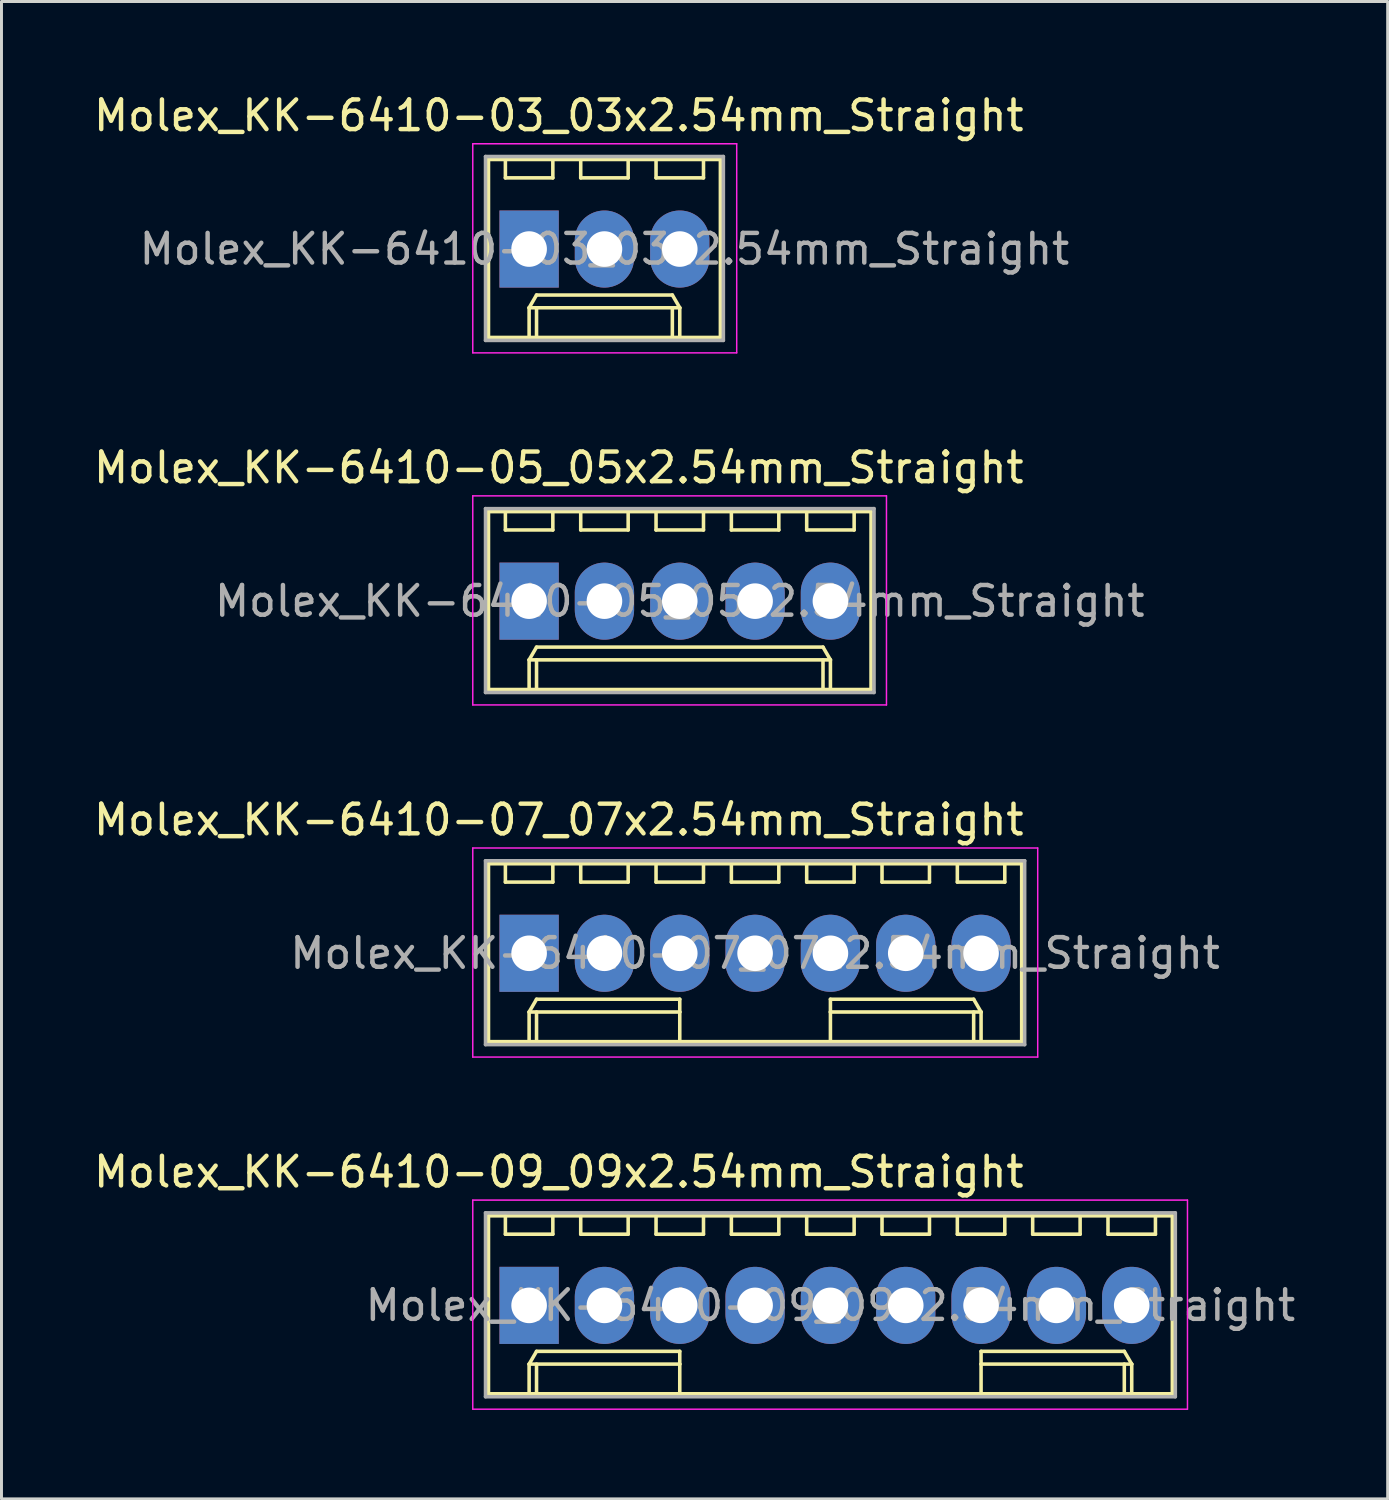
<source format=kicad_pcb>
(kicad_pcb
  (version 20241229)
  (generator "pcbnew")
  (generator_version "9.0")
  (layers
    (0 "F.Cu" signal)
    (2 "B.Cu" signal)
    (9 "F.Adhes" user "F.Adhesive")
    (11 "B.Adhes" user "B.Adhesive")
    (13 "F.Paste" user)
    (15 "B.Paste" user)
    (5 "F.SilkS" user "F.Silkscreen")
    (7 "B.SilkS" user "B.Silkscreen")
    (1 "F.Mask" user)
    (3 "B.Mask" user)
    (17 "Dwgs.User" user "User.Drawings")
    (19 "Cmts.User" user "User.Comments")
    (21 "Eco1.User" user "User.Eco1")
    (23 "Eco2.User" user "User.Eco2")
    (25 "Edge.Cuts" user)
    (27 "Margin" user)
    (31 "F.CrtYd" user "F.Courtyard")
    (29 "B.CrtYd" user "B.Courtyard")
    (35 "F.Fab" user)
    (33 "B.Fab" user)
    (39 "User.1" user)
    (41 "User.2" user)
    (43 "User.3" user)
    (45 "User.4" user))
  (footprint "Molex_KK-6410-03_03x2.54mm_Straight"
    (layer "F.Cu")
    (at 14.792 5.348)
    (property "Reference" "Molex_KK-6410-03_03x2.54mm_Straight" (at 1 -4.5 0) (layer "F.SilkS") (effects (font (size 1 1) (thickness 0.15))))
    (attr through_hole)
    (fp_line (start -1.37 -3.02) (end -1.37 2.98) (stroke (width 0.12) (type solid)) (layer "F.SilkS"))
    (fp_line (start -1.37 2.98) (end 6.45 2.98) (stroke (width 0.12) (type solid)) (layer "F.SilkS"))
    (fp_line (start -0.8 -3.02) (end -0.8 -2.4) (stroke (width 0.12) (type solid)) (layer "F.SilkS"))
    (fp_line (start -0.8 -2.4) (end 0.8 -2.4) (stroke (width 0.12) (type solid)) (layer "F.SilkS"))
    (fp_line (start 0 1.98) (end 0.25 1.55) (stroke (width 0.12) (type solid)) (layer "F.SilkS"))
    (fp_line (start 0 1.98) (end 5.08 1.98) (stroke (width 0.12) (type solid)) (layer "F.SilkS"))
    (fp_line (start 0 2.98) (end 0 1.98) (stroke (width 0.12) (type solid)) (layer "F.SilkS"))
    (fp_line (start 0.25 1.55) (end 4.83 1.55) (stroke (width 0.12) (type solid)) (layer "F.SilkS"))
    (fp_line (start 0.25 2.98) (end 0.25 1.98) (stroke (width 0.12) (type solid)) (layer "F.SilkS"))
    (fp_line (start 0.8 -2.4) (end 0.8 -3.02) (stroke (width 0.12) (type solid)) (layer "F.SilkS"))
    (fp_line (start 1.74 -3.02) (end 1.74 -2.4) (stroke (width 0.12) (type solid)) (layer "F.SilkS"))
    (fp_line (start 1.74 -2.4) (end 3.34 -2.4) (stroke (width 0.12) (type solid)) (layer "F.SilkS"))
    (fp_line (start 3.34 -2.4) (end 3.34 -3.02) (stroke (width 0.12) (type solid)) (layer "F.SilkS"))
    (fp_line (start 4.28 -3.02) (end 4.28 -2.4) (stroke (width 0.12) (type solid)) (layer "F.SilkS"))
    (fp_line (start 4.28 -2.4) (end 5.88 -2.4) (stroke (width 0.12) (type solid)) (layer "F.SilkS"))
    (fp_line (start 4.83 1.55) (end 5.08 1.98) (stroke (width 0.12) (type solid)) (layer "F.SilkS"))
    (fp_line (start 4.83 2.98) (end 4.83 1.98) (stroke (width 0.12) (type solid)) (layer "F.SilkS"))
    (fp_line (start 5.08 1.98) (end 5.08 2.98) (stroke (width 0.12) (type solid)) (layer "F.SilkS"))
    (fp_line (start 5.88 -2.4) (end 5.88 -3.02) (stroke (width 0.12) (type solid)) (layer "F.SilkS"))
    (fp_line (start 6.45 -3.02) (end -1.37 -3.02) (stroke (width 0.12) (type solid)) (layer "F.SilkS"))
    (fp_line (start 6.45 2.98) (end 6.45 -3.02) (stroke (width 0.12) (type solid)) (layer "F.SilkS"))
    (fp_line (start -1.9 -3.55) (end 7 -3.55) (stroke (width 0.05) (type solid)) (layer "F.CrtYd"))
    (fp_line (start -1.9 3.5) (end -1.9 -3.55) (stroke (width 0.05) (type solid)) (layer "F.CrtYd"))
    (fp_line (start 7 -3.55) (end 7 3.5) (stroke (width 0.05) (type solid)) (layer "F.CrtYd"))
    (fp_line (start 7 3.5) (end -1.9 3.5) (stroke (width 0.05) (type solid)) (layer "F.CrtYd"))
    (fp_line (start -1.47 -3.12) (end -1.47 3.08) (stroke (width 0.12) (type solid)) (layer "F.Fab"))
    (fp_line (start -1.47 3.08) (end 6.55 3.08) (stroke (width 0.12) (type solid)) (layer "F.Fab"))
    (fp_line (start 6.55 -3.12) (end -1.47 -3.12) (stroke (width 0.12) (type solid)) (layer "F.Fab"))
    (fp_line (start 6.55 3.08) (end 6.55 -3.12) (stroke (width 0.12) (type solid)) (layer "F.Fab"))
    (fp_text user "${REFERENCE}" (at 2.54 0 0) (layer "F.Fab") (effects (font (size 1 1) (thickness 0.15))))
    (pad "1" thru_hole rect (at 0 0) (size 2 2.6) (drill 1.2) (layers "*.Cu" "*.Mask"))
    (pad "2" thru_hole oval (at 2.54 0) (size 2 2.6) (drill 1.2) (layers "*.Cu" "*.Mask"))
    (pad "3" thru_hole oval (at 5.08 0) (size 2 2.6) (drill 1.2) (layers "*.Cu" "*.Mask")))
  (footprint "Molex_KK-6410-07_07x2.54mm_Straight"
    (layer "F.Cu")
    (at 14.792 29.095)
    (property "Reference" "Molex_KK-6410-07_07x2.54mm_Straight" (at 1 -4.5 0) (layer "F.SilkS") (effects (font (size 1 1) (thickness 0.15))))
    (attr through_hole)
    (fp_line (start -1.37 -3.02) (end -1.37 2.98) (stroke (width 0.12) (type solid)) (layer "F.SilkS"))
    (fp_line (start -1.37 2.98) (end 16.61 2.98) (stroke (width 0.12) (type solid)) (layer "F.SilkS"))
    (fp_line (start -0.8 -3.02) (end -0.8 -2.4) (stroke (width 0.12) (type solid)) (layer "F.SilkS"))
    (fp_line (start -0.8 -2.4) (end 0.8 -2.4) (stroke (width 0.12) (type solid)) (layer "F.SilkS"))
    (fp_line (start 0 1.98) (end 0.25 1.55) (stroke (width 0.12) (type solid)) (layer "F.SilkS"))
    (fp_line (start 0 1.98) (end 5.08 1.98) (stroke (width 0.12) (type solid)) (layer "F.SilkS"))
    (fp_line (start 0 2.98) (end 0 1.98) (stroke (width 0.12) (type solid)) (layer "F.SilkS"))
    (fp_line (start 0.25 1.55) (end 5.08 1.55) (stroke (width 0.12) (type solid)) (layer "F.SilkS"))
    (fp_line (start 0.25 2.98) (end 0.25 1.98) (stroke (width 0.12) (type solid)) (layer "F.SilkS"))
    (fp_line (start 0.8 -2.4) (end 0.8 -3.02) (stroke (width 0.12) (type solid)) (layer "F.SilkS"))
    (fp_line (start 1.74 -3.02) (end 1.74 -2.4) (stroke (width 0.12) (type solid)) (layer "F.SilkS"))
    (fp_line (start 1.74 -2.4) (end 3.34 -2.4) (stroke (width 0.12) (type solid)) (layer "F.SilkS"))
    (fp_line (start 3.34 -2.4) (end 3.34 -3.02) (stroke (width 0.12) (type solid)) (layer "F.SilkS"))
    (fp_line (start 4.28 -3.02) (end 4.28 -2.4) (stroke (width 0.12) (type solid)) (layer "F.SilkS"))
    (fp_line (start 4.28 -2.4) (end 5.88 -2.4) (stroke (width 0.12) (type solid)) (layer "F.SilkS"))
    (fp_line (start 5.08 1.55) (end 5.08 1.98) (stroke (width 0.12) (type solid)) (layer "F.SilkS"))
    (fp_line (start 5.08 1.98) (end 5.08 2.98) (stroke (width 0.12) (type solid)) (layer "F.SilkS"))
    (fp_line (start 5.88 -2.4) (end 5.88 -3.02) (stroke (width 0.12) (type solid)) (layer "F.SilkS"))
    (fp_line (start 6.82 -3.02) (end 6.82 -2.4) (stroke (width 0.12) (type solid)) (layer "F.SilkS"))
    (fp_line (start 6.82 -2.4) (end 8.42 -2.4) (stroke (width 0.12) (type solid)) (layer "F.SilkS"))
    (fp_line (start 8.42 -2.4) (end 8.42 -3.02) (stroke (width 0.12) (type solid)) (layer "F.SilkS"))
    (fp_line (start 9.36 -3.02) (end 9.36 -2.4) (stroke (width 0.12) (type solid)) (layer "F.SilkS"))
    (fp_line (start 9.36 -2.4) (end 10.96 -2.4) (stroke (width 0.12) (type solid)) (layer "F.SilkS"))
    (fp_line (start 10.16 1.55) (end 10.16 1.98) (stroke (width 0.12) (type solid)) (layer "F.SilkS"))
    (fp_line (start 10.16 1.98) (end 10.16 2.98) (stroke (width 0.12) (type solid)) (layer "F.SilkS"))
    (fp_line (start 10.96 -2.4) (end 10.96 -3.02) (stroke (width 0.12) (type solid)) (layer "F.SilkS"))
    (fp_line (start 11.9 -3.02) (end 11.9 -2.4) (stroke (width 0.12) (type solid)) (layer "F.SilkS"))
    (fp_line (start 11.9 -2.4) (end 13.5 -2.4) (stroke (width 0.12) (type solid)) (layer "F.SilkS"))
    (fp_line (start 13.5 -2.4) (end 13.5 -3.02) (stroke (width 0.12) (type solid)) (layer "F.SilkS"))
    (fp_line (start 14.44 -3.02) (end 14.44 -2.4) (stroke (width 0.12) (type solid)) (layer "F.SilkS"))
    (fp_line (start 14.44 -2.4) (end 16.04 -2.4) (stroke (width 0.12) (type solid)) (layer "F.SilkS"))
    (fp_line (start 14.99 1.55) (end 10.16 1.55) (stroke (width 0.12) (type solid)) (layer "F.SilkS"))
    (fp_line (start 14.99 2.98) (end 14.99 1.98) (stroke (width 0.12) (type solid)) (layer "F.SilkS"))
    (fp_line (start 15.24 1.98) (end 10.16 1.98) (stroke (width 0.12) (type solid)) (layer "F.SilkS"))
    (fp_line (start 15.24 1.98) (end 14.99 1.55) (stroke (width 0.12) (type solid)) (layer "F.SilkS"))
    (fp_line (start 15.24 2.98) (end 15.24 1.98) (stroke (width 0.12) (type solid)) (layer "F.SilkS"))
    (fp_line (start 16.04 -2.4) (end 16.04 -3.02) (stroke (width 0.12) (type solid)) (layer "F.SilkS"))
    (fp_line (start 16.61 -3.02) (end -1.37 -3.02) (stroke (width 0.12) (type solid)) (layer "F.SilkS"))
    (fp_line (start 16.61 2.98) (end 16.61 -3.02) (stroke (width 0.12) (type solid)) (layer "F.SilkS"))
    (fp_line (start -1.9 -3.55) (end 17.15 -3.55) (stroke (width 0.05) (type solid)) (layer "F.CrtYd"))
    (fp_line (start -1.9 3.5) (end -1.9 -3.55) (stroke (width 0.05) (type solid)) (layer "F.CrtYd"))
    (fp_line (start 17.15 -3.55) (end 17.15 3.5) (stroke (width 0.05) (type solid)) (layer "F.CrtYd"))
    (fp_line (start 17.15 3.5) (end -1.9 3.5) (stroke (width 0.05) (type solid)) (layer "F.CrtYd"))
    (fp_line (start -1.47 -3.12) (end -1.47 3.08) (stroke (width 0.12) (type solid)) (layer "F.Fab"))
    (fp_line (start -1.47 3.08) (end 16.71 3.08) (stroke (width 0.12) (type solid)) (layer "F.Fab"))
    (fp_line (start 16.71 -3.12) (end -1.47 -3.12) (stroke (width 0.12) (type solid)) (layer "F.Fab"))
    (fp_line (start 16.71 3.08) (end 16.71 -3.12) (stroke (width 0.12) (type solid)) (layer "F.Fab"))
    (fp_text user "${REFERENCE}" (at 7.62 0 0) (layer "F.Fab") (effects (font (size 1 1) (thickness 0.15))))
    (pad "1" thru_hole rect (at 0 0) (size 2 2.6) (drill 1.2) (layers "*.Cu" "*.Mask"))
    (pad "2" thru_hole oval (at 2.54 0) (size 2 2.6) (drill 1.2) (layers "*.Cu" "*.Mask"))
    (pad "3" thru_hole oval (at 5.08 0) (size 2 2.6) (drill 1.2) (layers "*.Cu" "*.Mask"))
    (pad "4" thru_hole oval (at 7.62 0) (size 2 2.6) (drill 1.2) (layers "*.Cu" "*.Mask"))
    (pad "5" thru_hole oval (at 10.16 0) (size 2 2.6) (drill 1.2) (layers "*.Cu" "*.Mask"))
    (pad "6" thru_hole oval (at 12.7 0) (size 2 2.6) (drill 1.2) (layers "*.Cu" "*.Mask"))
    (pad "7" thru_hole oval (at 15.24 0) (size 2 2.6) (drill 1.2) (layers "*.Cu" "*.Mask")))
  (footprint "Molex_KK-6410-09_09x2.54mm_Straight"
    (layer "F.Cu")
    (at 14.792 40.968)
    (property "Reference" "Molex_KK-6410-09_09x2.54mm_Straight" (at 1 -4.5 0) (layer "F.SilkS") (effects (font (size 1 1) (thickness 0.15))))
    (attr through_hole)
    (fp_line (start -1.37 -3.02) (end -1.37 2.98) (stroke (width 0.12) (type solid)) (layer "F.SilkS"))
    (fp_line (start -1.37 2.98) (end 21.69 2.98) (stroke (width 0.12) (type solid)) (layer "F.SilkS"))
    (fp_line (start -0.8 -3.02) (end -0.8 -2.4) (stroke (width 0.12) (type solid)) (layer "F.SilkS"))
    (fp_line (start -0.8 -2.4) (end 0.8 -2.4) (stroke (width 0.12) (type solid)) (layer "F.SilkS"))
    (fp_line (start 0 1.98) (end 0.25 1.55) (stroke (width 0.12) (type solid)) (layer "F.SilkS"))
    (fp_line (start 0 1.98) (end 5.08 1.98) (stroke (width 0.12) (type solid)) (layer "F.SilkS"))
    (fp_line (start 0 2.98) (end 0 1.98) (stroke (width 0.12) (type solid)) (layer "F.SilkS"))
    (fp_line (start 0.25 1.55) (end 5.08 1.55) (stroke (width 0.12) (type solid)) (layer "F.SilkS"))
    (fp_line (start 0.25 2.98) (end 0.25 1.98) (stroke (width 0.12) (type solid)) (layer "F.SilkS"))
    (fp_line (start 0.8 -2.4) (end 0.8 -3.02) (stroke (width 0.12) (type solid)) (layer "F.SilkS"))
    (fp_line (start 1.74 -3.02) (end 1.74 -2.4) (stroke (width 0.12) (type solid)) (layer "F.SilkS"))
    (fp_line (start 1.74 -2.4) (end 3.34 -2.4) (stroke (width 0.12) (type solid)) (layer "F.SilkS"))
    (fp_line (start 3.34 -2.4) (end 3.34 -3.02) (stroke (width 0.12) (type solid)) (layer "F.SilkS"))
    (fp_line (start 4.28 -3.02) (end 4.28 -2.4) (stroke (width 0.12) (type solid)) (layer "F.SilkS"))
    (fp_line (start 4.28 -2.4) (end 5.88 -2.4) (stroke (width 0.12) (type solid)) (layer "F.SilkS"))
    (fp_line (start 5.08 1.55) (end 5.08 1.98) (stroke (width 0.12) (type solid)) (layer "F.SilkS"))
    (fp_line (start 5.08 1.98) (end 5.08 2.98) (stroke (width 0.12) (type solid)) (layer "F.SilkS"))
    (fp_line (start 5.88 -2.4) (end 5.88 -3.02) (stroke (width 0.12) (type solid)) (layer "F.SilkS"))
    (fp_line (start 6.82 -3.02) (end 6.82 -2.4) (stroke (width 0.12) (type solid)) (layer "F.SilkS"))
    (fp_line (start 6.82 -2.4) (end 8.42 -2.4) (stroke (width 0.12) (type solid)) (layer "F.SilkS"))
    (fp_line (start 8.42 -2.4) (end 8.42 -3.02) (stroke (width 0.12) (type solid)) (layer "F.SilkS"))
    (fp_line (start 9.36 -3.02) (end 9.36 -2.4) (stroke (width 0.12) (type solid)) (layer "F.SilkS"))
    (fp_line (start 9.36 -2.4) (end 10.96 -2.4) (stroke (width 0.12) (type solid)) (layer "F.SilkS"))
    (fp_line (start 10.96 -2.4) (end 10.96 -3.02) (stroke (width 0.12) (type solid)) (layer "F.SilkS"))
    (fp_line (start 11.9 -3.02) (end 11.9 -2.4) (stroke (width 0.12) (type solid)) (layer "F.SilkS"))
    (fp_line (start 11.9 -2.4) (end 13.5 -2.4) (stroke (width 0.12) (type solid)) (layer "F.SilkS"))
    (fp_line (start 13.5 -2.4) (end 13.5 -3.02) (stroke (width 0.12) (type solid)) (layer "F.SilkS"))
    (fp_line (start 14.44 -3.02) (end 14.44 -2.4) (stroke (width 0.12) (type solid)) (layer "F.SilkS"))
    (fp_line (start 14.44 -2.4) (end 16.04 -2.4) (stroke (width 0.12) (type solid)) (layer "F.SilkS"))
    (fp_line (start 15.24 1.55) (end 15.24 1.98) (stroke (width 0.12) (type solid)) (layer "F.SilkS"))
    (fp_line (start 15.24 1.98) (end 15.24 2.98) (stroke (width 0.12) (type solid)) (layer "F.SilkS"))
    (fp_line (start 16.04 -2.4) (end 16.04 -3.02) (stroke (width 0.12) (type solid)) (layer "F.SilkS"))
    (fp_line (start 16.98 -3.02) (end 16.98 -2.4) (stroke (width 0.12) (type solid)) (layer "F.SilkS"))
    (fp_line (start 16.98 -2.4) (end 18.58 -2.4) (stroke (width 0.12) (type solid)) (layer "F.SilkS"))
    (fp_line (start 18.58 -2.4) (end 18.58 -3.02) (stroke (width 0.12) (type solid)) (layer "F.SilkS"))
    (fp_line (start 19.52 -3.02) (end 19.52 -2.4) (stroke (width 0.12) (type solid)) (layer "F.SilkS"))
    (fp_line (start 19.52 -2.4) (end 21.12 -2.4) (stroke (width 0.12) (type solid)) (layer "F.SilkS"))
    (fp_line (start 20.07 1.55) (end 15.24 1.55) (stroke (width 0.12) (type solid)) (layer "F.SilkS"))
    (fp_line (start 20.07 2.98) (end 20.07 1.98) (stroke (width 0.12) (type solid)) (layer "F.SilkS"))
    (fp_line (start 20.32 1.98) (end 15.24 1.98) (stroke (width 0.12) (type solid)) (layer "F.SilkS"))
    (fp_line (start 20.32 1.98) (end 20.07 1.55) (stroke (width 0.12) (type solid)) (layer "F.SilkS"))
    (fp_line (start 20.32 2.98) (end 20.32 1.98) (stroke (width 0.12) (type solid)) (layer "F.SilkS"))
    (fp_line (start 21.12 -2.4) (end 21.12 -3.02) (stroke (width 0.12) (type solid)) (layer "F.SilkS"))
    (fp_line (start 21.69 -3.02) (end -1.37 -3.02) (stroke (width 0.12) (type solid)) (layer "F.SilkS"))
    (fp_line (start 21.69 2.98) (end 21.69 -3.02) (stroke (width 0.12) (type solid)) (layer "F.SilkS"))
    (fp_line (start -1.9 -3.55) (end 22.2 -3.55) (stroke (width 0.05) (type solid)) (layer "F.CrtYd"))
    (fp_line (start -1.9 3.5) (end -1.9 -3.55) (stroke (width 0.05) (type solid)) (layer "F.CrtYd"))
    (fp_line (start 22.2 -3.55) (end 22.2 3.5) (stroke (width 0.05) (type solid)) (layer "F.CrtYd"))
    (fp_line (start 22.2 3.5) (end -1.9 3.5) (stroke (width 0.05) (type solid)) (layer "F.CrtYd"))
    (fp_line (start -1.47 -3.12) (end -1.47 3.08) (stroke (width 0.12) (type solid)) (layer "F.Fab"))
    (fp_line (start -1.47 3.08) (end 21.79 3.08) (stroke (width 0.12) (type solid)) (layer "F.Fab"))
    (fp_line (start 21.79 -3.12) (end -1.47 -3.12) (stroke (width 0.12) (type solid)) (layer "F.Fab"))
    (fp_line (start 21.79 3.08) (end 21.79 -3.12) (stroke (width 0.12) (type solid)) (layer "F.Fab"))
    (fp_text user "${REFERENCE}" (at 10.16 0 0) (layer "F.Fab") (effects (font (size 1 1) (thickness 0.15))))
    (pad "1" thru_hole rect (at 0 0) (size 2 2.6) (drill 1.2) (layers "*.Cu" "*.Mask"))
    (pad "2" thru_hole oval (at 2.54 0) (size 2 2.6) (drill 1.2) (layers "*.Cu" "*.Mask"))
    (pad "3" thru_hole oval (at 5.08 0) (size 2 2.6) (drill 1.2) (layers "*.Cu" "*.Mask"))
    (pad "4" thru_hole oval (at 7.62 0) (size 2 2.6) (drill 1.2) (layers "*.Cu" "*.Mask"))
    (pad "5" thru_hole oval (at 10.16 0) (size 2 2.6) (drill 1.2) (layers "*.Cu" "*.Mask"))
    (pad "6" thru_hole oval (at 12.7 0) (size 2 2.6) (drill 1.2) (layers "*.Cu" "*.Mask"))
    (pad "7" thru_hole oval (at 15.24 0) (size 2 2.6) (drill 1.2) (layers "*.Cu" "*.Mask"))
    (pad "8" thru_hole oval (at 17.78 0) (size 2 2.6) (drill 1.2) (layers "*.Cu" "*.Mask"))
    (pad "9" thru_hole oval (at 20.32 0) (size 2 2.6) (drill 1.2) (layers "*.Cu" "*.Mask")))
  (footprint "Molex_KK-6410-05_05x2.54mm_Straight"
    (layer "F.Cu")
    (at 14.792 17.221)
    (property "Reference" "Molex_KK-6410-05_05x2.54mm_Straight" (at 1 -4.5 0) (layer "F.SilkS") (effects (font (size 1 1) (thickness 0.15))))
    (attr through_hole)
    (fp_line (start -1.37 -3.02) (end -1.37 2.98) (stroke (width 0.12) (type solid)) (layer "F.SilkS"))
    (fp_line (start -1.37 2.98) (end 11.53 2.98) (stroke (width 0.12) (type solid)) (layer "F.SilkS"))
    (fp_line (start -0.8 -3.02) (end -0.8 -2.4) (stroke (width 0.12) (type solid)) (layer "F.SilkS"))
    (fp_line (start -0.8 -2.4) (end 0.8 -2.4) (stroke (width 0.12) (type solid)) (layer "F.SilkS"))
    (fp_line (start 0 1.98) (end 0.25 1.55) (stroke (width 0.12) (type solid)) (layer "F.SilkS"))
    (fp_line (start 0 1.98) (end 10.16 1.98) (stroke (width 0.12) (type solid)) (layer "F.SilkS"))
    (fp_line (start 0 2.98) (end 0 1.98) (stroke (width 0.12) (type solid)) (layer "F.SilkS"))
    (fp_line (start 0.25 1.55) (end 9.91 1.55) (stroke (width 0.12) (type solid)) (layer "F.SilkS"))
    (fp_line (start 0.25 2.98) (end 0.25 1.98) (stroke (width 0.12) (type solid)) (layer "F.SilkS"))
    (fp_line (start 0.8 -2.4) (end 0.8 -3.02) (stroke (width 0.12) (type solid)) (layer "F.SilkS"))
    (fp_line (start 1.74 -3.02) (end 1.74 -2.4) (stroke (width 0.12) (type solid)) (layer "F.SilkS"))
    (fp_line (start 1.74 -2.4) (end 3.34 -2.4) (stroke (width 0.12) (type solid)) (layer "F.SilkS"))
    (fp_line (start 3.34 -2.4) (end 3.34 -3.02) (stroke (width 0.12) (type solid)) (layer "F.SilkS"))
    (fp_line (start 4.28 -3.02) (end 4.28 -2.4) (stroke (width 0.12) (type solid)) (layer "F.SilkS"))
    (fp_line (start 4.28 -2.4) (end 5.88 -2.4) (stroke (width 0.12) (type solid)) (layer "F.SilkS"))
    (fp_line (start 5.88 -2.4) (end 5.88 -3.02) (stroke (width 0.12) (type solid)) (layer "F.SilkS"))
    (fp_line (start 6.82 -3.02) (end 6.82 -2.4) (stroke (width 0.12) (type solid)) (layer "F.SilkS"))
    (fp_line (start 6.82 -2.4) (end 8.42 -2.4) (stroke (width 0.12) (type solid)) (layer "F.SilkS"))
    (fp_line (start 8.42 -2.4) (end 8.42 -3.02) (stroke (width 0.12) (type solid)) (layer "F.SilkS"))
    (fp_line (start 9.36 -3.02) (end 9.36 -2.4) (stroke (width 0.12) (type solid)) (layer "F.SilkS"))
    (fp_line (start 9.36 -2.4) (end 10.96 -2.4) (stroke (width 0.12) (type solid)) (layer "F.SilkS"))
    (fp_line (start 9.91 1.55) (end 10.16 1.98) (stroke (width 0.12) (type solid)) (layer "F.SilkS"))
    (fp_line (start 9.91 2.98) (end 9.91 1.98) (stroke (width 0.12) (type solid)) (layer "F.SilkS"))
    (fp_line (start 10.16 1.98) (end 10.16 2.98) (stroke (width 0.12) (type solid)) (layer "F.SilkS"))
    (fp_line (start 10.96 -2.4) (end 10.96 -3.02) (stroke (width 0.12) (type solid)) (layer "F.SilkS"))
    (fp_line (start 11.53 -3.02) (end -1.37 -3.02) (stroke (width 0.12) (type solid)) (layer "F.SilkS"))
    (fp_line (start 11.53 2.98) (end 11.53 -3.02) (stroke (width 0.12) (type solid)) (layer "F.SilkS"))
    (fp_line (start -1.9 -3.55) (end 12.05 -3.55) (stroke (width 0.05) (type solid)) (layer "F.CrtYd"))
    (fp_line (start -1.9 3.5) (end -1.9 -3.55) (stroke (width 0.05) (type solid)) (layer "F.CrtYd"))
    (fp_line (start 12.05 -3.55) (end 12.05 3.5) (stroke (width 0.05) (type solid)) (layer "F.CrtYd"))
    (fp_line (start 12.05 3.5) (end -1.9 3.5) (stroke (width 0.05) (type solid)) (layer "F.CrtYd"))
    (fp_line (start -1.47 -3.12) (end -1.47 3.08) (stroke (width 0.12) (type solid)) (layer "F.Fab"))
    (fp_line (start -1.47 3.08) (end 11.63 3.08) (stroke (width 0.12) (type solid)) (layer "F.Fab"))
    (fp_line (start 11.63 -3.12) (end -1.47 -3.12) (stroke (width 0.12) (type solid)) (layer "F.Fab"))
    (fp_line (start 11.63 3.08) (end 11.63 -3.12) (stroke (width 0.12) (type solid)) (layer "F.Fab"))
    (fp_text user "${REFERENCE}" (at 5.08 0 0) (layer "F.Fab") (effects (font (size 1 1) (thickness 0.15))))
    (pad "1" thru_hole rect (at 0 0) (size 2 2.6) (drill 1.2) (layers "*.Cu" "*.Mask"))
    (pad "2" thru_hole oval (at 2.54 0) (size 2 2.6) (drill 1.2) (layers "*.Cu" "*.Mask"))
    (pad "3" thru_hole oval (at 5.08 0) (size 2 2.6) (drill 1.2) (layers "*.Cu" "*.Mask"))
    (pad "4" thru_hole oval (at 7.62 0) (size 2 2.6) (drill 1.2) (layers "*.Cu" "*.Mask"))
    (pad "5" thru_hole oval (at 10.16 0) (size 2 2.6) (drill 1.2) (layers "*.Cu" "*.Mask")))
  (gr_rect
    (start -3 -3)
    (end 43.743 47.493)
    (stroke (width 0.1) (type default))
    (fill no)
    (layer "Edge.Cuts")))
</source>
